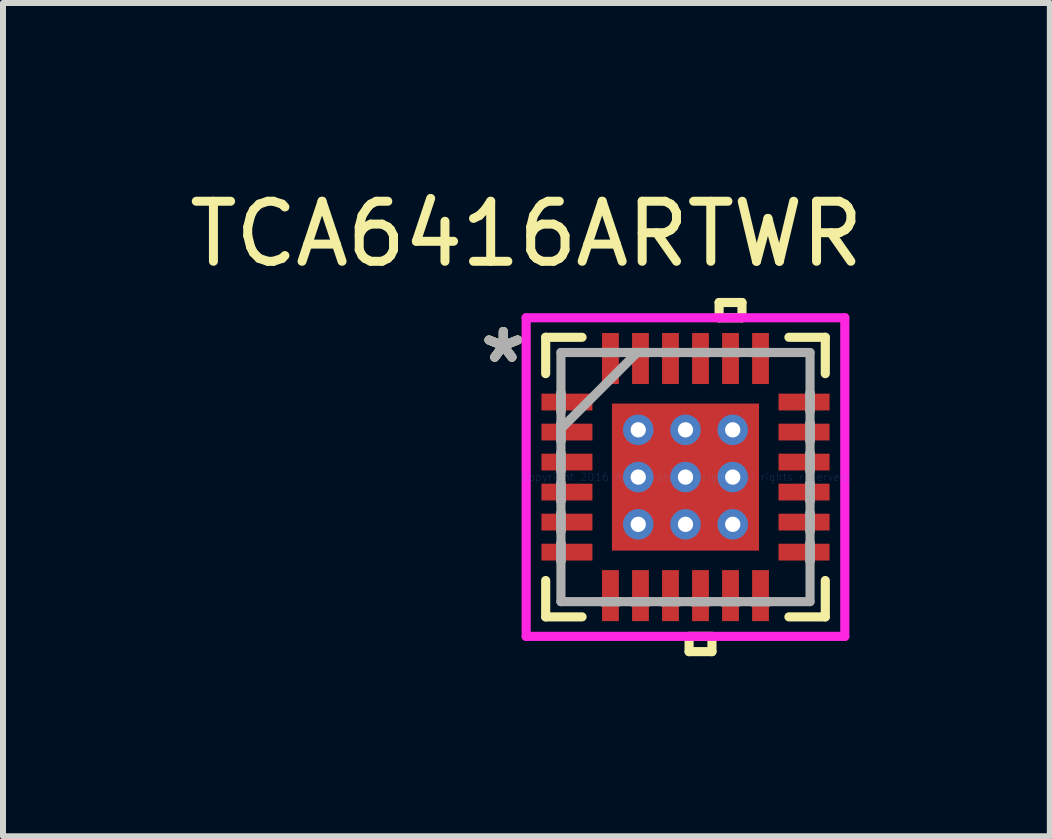
<source format=kicad_pcb>
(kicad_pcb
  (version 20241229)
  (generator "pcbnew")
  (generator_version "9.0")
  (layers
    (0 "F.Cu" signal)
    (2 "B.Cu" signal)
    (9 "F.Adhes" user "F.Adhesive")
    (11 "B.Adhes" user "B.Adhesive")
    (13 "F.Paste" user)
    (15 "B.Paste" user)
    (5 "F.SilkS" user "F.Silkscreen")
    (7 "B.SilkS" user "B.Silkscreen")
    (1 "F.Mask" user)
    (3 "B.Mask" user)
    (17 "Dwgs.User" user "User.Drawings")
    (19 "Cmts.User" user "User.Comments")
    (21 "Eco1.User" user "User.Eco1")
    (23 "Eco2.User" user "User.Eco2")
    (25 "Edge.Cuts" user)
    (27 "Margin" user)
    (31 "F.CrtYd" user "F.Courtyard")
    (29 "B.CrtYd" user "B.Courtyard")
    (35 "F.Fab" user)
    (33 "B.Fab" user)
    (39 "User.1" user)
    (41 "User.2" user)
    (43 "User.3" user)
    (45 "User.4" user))
  (footprint "TCA6416ARTWR"
    (layer "F.Cu")
    (at 8.37 4.898)
    (property "Reference" "TCA6416ARTWR" (at -2.65 -4.05 0) (layer "F.SilkS") (effects (font (size 1 1) (thickness 0.15))))
    (attr through_hole)
    (fp_line (start -2.47 -1.46) (end -2.47 -1.04) (stroke (width 0.152) (type solid)) (layer "F.Mask"))
    (fp_line (start -2.47 -1.04) (end -1.48 -1.04) (stroke (width 0.152) (type solid)) (layer "F.Mask"))
    (fp_line (start -2.47 -0.96) (end -2.47 -0.54) (stroke (width 0.152) (type solid)) (layer "F.Mask"))
    (fp_line (start -2.47 -0.54) (end -1.48 -0.54) (stroke (width 0.152) (type solid)) (layer "F.Mask"))
    (fp_line (start -2.47 -0.46) (end -2.47 -0.04) (stroke (width 0.152) (type solid)) (layer "F.Mask"))
    (fp_line (start -2.47 -0.04) (end -1.48 -0.04) (stroke (width 0.152) (type solid)) (layer "F.Mask"))
    (fp_line (start -2.47 0.04) (end -2.47 0.46) (stroke (width 0.152) (type solid)) (layer "F.Mask"))
    (fp_line (start -2.47 0.46) (end -1.48 0.46) (stroke (width 0.152) (type solid)) (layer "F.Mask"))
    (fp_line (start -2.47 0.54) (end -2.47 0.96) (stroke (width 0.152) (type solid)) (layer "F.Mask"))
    (fp_line (start -2.47 0.96) (end -1.48 0.96) (stroke (width 0.152) (type solid)) (layer "F.Mask"))
    (fp_line (start -2.47 1.04) (end -2.47 1.46) (stroke (width 0.152) (type solid)) (layer "F.Mask"))
    (fp_line (start -2.47 1.46) (end -1.48 1.46) (stroke (width 0.152) (type solid)) (layer "F.Mask"))
    (fp_line (start -1.48 -1.46) (end -2.47 -1.46) (stroke (width 0.152) (type solid)) (layer "F.Mask"))
    (fp_line (start -1.48 -1.04) (end -1.48 -1.46) (stroke (width 0.152) (type solid)) (layer "F.Mask"))
    (fp_line (start -1.48 -0.96) (end -2.47 -0.96) (stroke (width 0.152) (type solid)) (layer "F.Mask"))
    (fp_line (start -1.48 -0.54) (end -1.48 -0.96) (stroke (width 0.152) (type solid)) (layer "F.Mask"))
    (fp_line (start -1.48 -0.46) (end -2.47 -0.46) (stroke (width 0.152) (type solid)) (layer "F.Mask"))
    (fp_line (start -1.48 -0.04) (end -1.48 -0.46) (stroke (width 0.152) (type solid)) (layer "F.Mask"))
    (fp_line (start -1.48 0.04) (end -2.47 0.04) (stroke (width 0.152) (type solid)) (layer "F.Mask"))
    (fp_line (start -1.48 0.46) (end -1.48 0.04) (stroke (width 0.152) (type solid)) (layer "F.Mask"))
    (fp_line (start -1.48 0.54) (end -2.47 0.54) (stroke (width 0.152) (type solid)) (layer "F.Mask"))
    (fp_line (start -1.48 0.96) (end -1.48 0.54) (stroke (width 0.152) (type solid)) (layer "F.Mask"))
    (fp_line (start -1.48 1.04) (end -2.47 1.04) (stroke (width 0.152) (type solid)) (layer "F.Mask"))
    (fp_line (start -1.48 1.46) (end -1.48 1.04) (stroke (width 0.152) (type solid)) (layer "F.Mask"))
    (fp_line (start -1.46 -2.47) (end -1.46 -1.48) (stroke (width 0.152) (type solid)) (layer "F.Mask"))
    (fp_line (start -1.46 -1.48) (end -1.04 -1.48) (stroke (width 0.152) (type solid)) (layer "F.Mask"))
    (fp_line (start -1.46 1.48) (end -1.46 2.47) (stroke (width 0.152) (type solid)) (layer "F.Mask"))
    (fp_line (start -1.46 2.47) (end -1.04 2.47) (stroke (width 0.152) (type solid)) (layer "F.Mask"))
    (fp_line (start -1.288 -1.288) (end -0.987 -1.288) (stroke (width 0.152) (type solid)) (layer "F.Mask"))
    (fp_line (start -1.288 -1.288) (end 1.288 -1.288) (stroke (width 0.152) (type solid)) (layer "F.Mask"))
    (fp_line (start -1.288 -0.987) (end -1.288 -1.288) (stroke (width 0.152) (type solid)) (layer "F.Mask"))
    (fp_line (start -1.288 -0.587) (end 1.288 -0.587) (stroke (width 0.152) (type solid)) (layer "F.Mask"))
    (fp_line (start -1.288 -0.2) (end -1.288 -0.587) (stroke (width 0.152) (type solid)) (layer "F.Mask"))
    (fp_line (start -1.288 0.2) (end 1.288 0.2) (stroke (width 0.152) (type solid)) (layer "F.Mask"))
    (fp_line (start -1.288 0.587) (end -1.288 0.2) (stroke (width 0.152) (type solid)) (layer "F.Mask"))
    (fp_line (start -1.288 0.987) (end 1.288 0.987) (stroke (width 0.152) (type solid)) (layer "F.Mask"))
    (fp_line (start -1.288 1.288) (end -1.288 -1.288) (stroke (width 0.152) (type solid)) (layer "F.Mask"))
    (fp_line (start -1.288 1.288) (end -1.288 0.987) (stroke (width 0.152) (type solid)) (layer "F.Mask"))
    (fp_line (start -1.04 -2.47) (end -1.46 -2.47) (stroke (width 0.152) (type solid)) (layer "F.Mask"))
    (fp_line (start -1.04 -1.48) (end -1.04 -2.47) (stroke (width 0.152) (type solid)) (layer "F.Mask"))
    (fp_line (start -1.04 1.48) (end -1.46 1.48) (stroke (width 0.152) (type solid)) (layer "F.Mask"))
    (fp_line (start -1.04 2.47) (end -1.04 1.48) (stroke (width 0.152) (type solid)) (layer "F.Mask"))
    (fp_line (start -0.987 -1.288) (end -0.987 1.288) (stroke (width 0.152) (type solid)) (layer "F.Mask"))
    (fp_line (start -0.987 1.288) (end -1.288 1.288) (stroke (width 0.152) (type solid)) (layer "F.Mask"))
    (fp_line (start -0.96 -2.47) (end -0.96 -1.48) (stroke (width 0.152) (type solid)) (layer "F.Mask"))
    (fp_line (start -0.96 -1.48) (end -0.54 -1.48) (stroke (width 0.152) (type solid)) (layer "F.Mask"))
    (fp_line (start -0.96 1.48) (end -0.96 2.47) (stroke (width 0.152) (type solid)) (layer "F.Mask"))
    (fp_line (start -0.96 2.47) (end -0.54 2.47) (stroke (width 0.152) (type solid)) (layer "F.Mask"))
    (fp_line (start -0.587 -1.288) (end -0.587 1.288) (stroke (width 0.152) (type solid)) (layer "F.Mask"))
    (fp_line (start -0.587 1.288) (end -0.2 1.288) (stroke (width 0.152) (type solid)) (layer "F.Mask"))
    (fp_line (start -0.54 -2.47) (end -0.96 -2.47) (stroke (width 0.152) (type solid)) (layer "F.Mask"))
    (fp_line (start -0.54 -1.48) (end -0.54 -2.47) (stroke (width 0.152) (type solid)) (layer "F.Mask"))
    (fp_line (start -0.54 1.48) (end -0.96 1.48) (stroke (width 0.152) (type solid)) (layer "F.Mask"))
    (fp_line (start -0.54 2.47) (end -0.54 1.48) (stroke (width 0.152) (type solid)) (layer "F.Mask"))
    (fp_line (start -0.46 -2.47) (end -0.46 -1.48) (stroke (width 0.152) (type solid)) (layer "F.Mask"))
    (fp_line (start -0.46 -1.48) (end -0.04 -1.48) (stroke (width 0.152) (type solid)) (layer "F.Mask"))
    (fp_line (start -0.46 1.48) (end -0.46 2.47) (stroke (width 0.152) (type solid)) (layer "F.Mask"))
    (fp_line (start -0.46 2.47) (end -0.04 2.47) (stroke (width 0.152) (type solid)) (layer "F.Mask"))
    (fp_line (start -0.2 -1.288) (end -0.587 -1.288) (stroke (width 0.152) (type solid)) (layer "F.Mask"))
    (fp_line (start -0.2 1.288) (end -0.2 -1.288) (stroke (width 0.152) (type solid)) (layer "F.Mask"))
    (fp_line (start -0.04 -2.47) (end -0.46 -2.47) (stroke (width 0.152) (type solid)) (layer "F.Mask"))
    (fp_line (start -0.04 -1.48) (end -0.04 -2.47) (stroke (width 0.152) (type solid)) (layer "F.Mask"))
    (fp_line (start -0.04 1.48) (end -0.46 1.48) (stroke (width 0.152) (type solid)) (layer "F.Mask"))
    (fp_line (start -0.04 2.47) (end -0.04 1.48) (stroke (width 0.152) (type solid)) (layer "F.Mask"))
    (fp_line (start 0.04 -2.47) (end 0.04 -1.48) (stroke (width 0.152) (type solid)) (layer "F.Mask"))
    (fp_line (start 0.04 -1.48) (end 0.46 -1.48) (stroke (width 0.152) (type solid)) (layer "F.Mask"))
    (fp_line (start 0.04 1.48) (end 0.04 2.47) (stroke (width 0.152) (type solid)) (layer "F.Mask"))
    (fp_line (start 0.04 2.47) (end 0.46 2.47) (stroke (width 0.152) (type solid)) (layer "F.Mask"))
    (fp_line (start 0.2 -1.288) (end 0.2 1.288) (stroke (width 0.152) (type solid)) (layer "F.Mask"))
    (fp_line (start 0.2 1.288) (end 0.587 1.288) (stroke (width 0.152) (type solid)) (layer "F.Mask"))
    (fp_line (start 0.46 -2.47) (end 0.04 -2.47) (stroke (width 0.152) (type solid)) (layer "F.Mask"))
    (fp_line (start 0.46 -1.48) (end 0.46 -2.47) (stroke (width 0.152) (type solid)) (layer "F.Mask"))
    (fp_line (start 0.46 1.48) (end 0.04 1.48) (stroke (width 0.152) (type solid)) (layer "F.Mask"))
    (fp_line (start 0.46 2.47) (end 0.46 1.48) (stroke (width 0.152) (type solid)) (layer "F.Mask"))
    (fp_line (start 0.54 -2.47) (end 0.54 -1.48) (stroke (width 0.152) (type solid)) (layer "F.Mask"))
    (fp_line (start 0.54 -1.48) (end 0.96 -1.48) (stroke (width 0.152) (type solid)) (layer "F.Mask"))
    (fp_line (start 0.54 1.48) (end 0.54 2.47) (stroke (width 0.152) (type solid)) (layer "F.Mask"))
    (fp_line (start 0.54 2.47) (end 0.96 2.47) (stroke (width 0.152) (type solid)) (layer "F.Mask"))
    (fp_line (start 0.587 -1.288) (end 0.2 -1.288) (stroke (width 0.152) (type solid)) (layer "F.Mask"))
    (fp_line (start 0.587 1.288) (end 0.587 -1.288) (stroke (width 0.152) (type solid)) (layer "F.Mask"))
    (fp_line (start 0.96 -2.47) (end 0.54 -2.47) (stroke (width 0.152) (type solid)) (layer "F.Mask"))
    (fp_line (start 0.96 -1.48) (end 0.96 -2.47) (stroke (width 0.152) (type solid)) (layer "F.Mask"))
    (fp_line (start 0.96 1.48) (end 0.54 1.48) (stroke (width 0.152) (type solid)) (layer "F.Mask"))
    (fp_line (start 0.96 2.47) (end 0.96 1.48) (stroke (width 0.152) (type solid)) (layer "F.Mask"))
    (fp_line (start 0.987 -1.288) (end 1.288 -1.288) (stroke (width 0.152) (type solid)) (layer "F.Mask"))
    (fp_line (start 0.987 1.288) (end 0.987 -1.288) (stroke (width 0.152) (type solid)) (layer "F.Mask"))
    (fp_line (start 1.04 -2.47) (end 1.04 -1.48) (stroke (width 0.152) (type solid)) (layer "F.Mask"))
    (fp_line (start 1.04 -1.48) (end 1.46 -1.48) (stroke (width 0.152) (type solid)) (layer "F.Mask"))
    (fp_line (start 1.04 1.48) (end 1.04 2.47) (stroke (width 0.152) (type solid)) (layer "F.Mask"))
    (fp_line (start 1.04 2.47) (end 1.46 2.47) (stroke (width 0.152) (type solid)) (layer "F.Mask"))
    (fp_line (start 1.288 -1.288) (end 1.288 -0.987) (stroke (width 0.152) (type solid)) (layer "F.Mask"))
    (fp_line (start 1.288 -1.288) (end 1.288 1.288) (stroke (width 0.152) (type solid)) (layer "F.Mask"))
    (fp_line (start 1.288 -0.987) (end -1.288 -0.987) (stroke (width 0.152) (type solid)) (layer "F.Mask"))
    (fp_line (start 1.288 -0.587) (end 1.288 -0.2) (stroke (width 0.152) (type solid)) (layer "F.Mask"))
    (fp_line (start 1.288 -0.2) (end -1.288 -0.2) (stroke (width 0.152) (type solid)) (layer "F.Mask"))
    (fp_line (start 1.288 0.2) (end 1.288 0.587) (stroke (width 0.152) (type solid)) (layer "F.Mask"))
    (fp_line (start 1.288 0.587) (end -1.288 0.587) (stroke (width 0.152) (type solid)) (layer "F.Mask"))
    (fp_line (start 1.288 0.987) (end 1.288 1.288) (stroke (width 0.152) (type solid)) (layer "F.Mask"))
    (fp_line (start 1.288 1.288) (end -1.288 1.288) (stroke (width 0.152) (type solid)) (layer "F.Mask"))
    (fp_line (start 1.288 1.288) (end 0.987 1.288) (stroke (width 0.152) (type solid)) (layer "F.Mask"))
    (fp_line (start 1.46 -2.47) (end 1.04 -2.47) (stroke (width 0.152) (type solid)) (layer "F.Mask"))
    (fp_line (start 1.46 -1.48) (end 1.46 -2.47) (stroke (width 0.152) (type solid)) (layer "F.Mask"))
    (fp_line (start 1.46 1.48) (end 1.04 1.48) (stroke (width 0.152) (type solid)) (layer "F.Mask"))
    (fp_line (start 1.46 2.47) (end 1.46 1.48) (stroke (width 0.152) (type solid)) (layer "F.Mask"))
    (fp_line (start 1.48 -1.46) (end 1.48 -1.04) (stroke (width 0.152) (type solid)) (layer "F.Mask"))
    (fp_line (start 1.48 -1.04) (end 2.47 -1.04) (stroke (width 0.152) (type solid)) (layer "F.Mask"))
    (fp_line (start 1.48 -0.96) (end 1.48 -0.54) (stroke (width 0.152) (type solid)) (layer "F.Mask"))
    (fp_line (start 1.48 -0.54) (end 2.47 -0.54) (stroke (width 0.152) (type solid)) (layer "F.Mask"))
    (fp_line (start 1.48 -0.46) (end 1.48 -0.04) (stroke (width 0.152) (type solid)) (layer "F.Mask"))
    (fp_line (start 1.48 -0.04) (end 2.47 -0.04) (stroke (width 0.152) (type solid)) (layer "F.Mask"))
    (fp_line (start 1.48 0.04) (end 1.48 0.46) (stroke (width 0.152) (type solid)) (layer "F.Mask"))
    (fp_line (start 1.48 0.46) (end 2.47 0.46) (stroke (width 0.152) (type solid)) (layer "F.Mask"))
    (fp_line (start 1.48 0.54) (end 1.48 0.96) (stroke (width 0.152) (type solid)) (layer "F.Mask"))
    (fp_line (start 1.48 0.96) (end 2.47 0.96) (stroke (width 0.152) (type solid)) (layer "F.Mask"))
    (fp_line (start 1.48 1.04) (end 1.48 1.46) (stroke (width 0.152) (type solid)) (layer "F.Mask"))
    (fp_line (start 1.48 1.46) (end 2.47 1.46) (stroke (width 0.152) (type solid)) (layer "F.Mask"))
    (fp_line (start 2.47 -1.46) (end 1.48 -1.46) (stroke (width 0.152) (type solid)) (layer "F.Mask"))
    (fp_line (start 2.47 -1.04) (end 2.47 -1.46) (stroke (width 0.152) (type solid)) (layer "F.Mask"))
    (fp_line (start 2.47 -0.96) (end 1.48 -0.96) (stroke (width 0.152) (type solid)) (layer "F.Mask"))
    (fp_line (start 2.47 -0.54) (end 2.47 -0.96) (stroke (width 0.152) (type solid)) (layer "F.Mask"))
    (fp_line (start 2.47 -0.46) (end 1.48 -0.46) (stroke (width 0.152) (type solid)) (layer "F.Mask"))
    (fp_line (start 2.47 -0.04) (end 2.47 -0.46) (stroke (width 0.152) (type solid)) (layer "F.Mask"))
    (fp_line (start 2.47 0.04) (end 1.48 0.04) (stroke (width 0.152) (type solid)) (layer "F.Mask"))
    (fp_line (start 2.47 0.46) (end 2.47 0.04) (stroke (width 0.152) (type solid)) (layer "F.Mask"))
    (fp_line (start 2.47 0.54) (end 1.48 0.54) (stroke (width 0.152) (type solid)) (layer "F.Mask"))
    (fp_line (start 2.47 0.96) (end 2.47 0.54) (stroke (width 0.152) (type solid)) (layer "F.Mask"))
    (fp_line (start 2.47 1.04) (end 1.48 1.04) (stroke (width 0.152) (type solid)) (layer "F.Mask"))
    (fp_line (start 2.47 1.46) (end 2.47 1.04) (stroke (width 0.152) (type solid)) (layer "F.Mask"))
    (fp_line (start -2.329 -2.329) (end -2.329 -1.723) (stroke (width 0.152) (type solid)) (layer "F.SilkS"))
    (fp_line (start -2.329 1.723) (end -2.329 2.329) (stroke (width 0.152) (type solid)) (layer "F.SilkS"))
    (fp_line (start -2.329 2.329) (end -1.723 2.329) (stroke (width 0.152) (type solid)) (layer "F.SilkS"))
    (fp_line (start -1.723 -2.329) (end -2.329 -2.329) (stroke (width 0.152) (type solid)) (layer "F.SilkS"))
    (fp_line (start 0.06 2.654) (end 0.06 2.908) (stroke (width 0.152) (type solid)) (layer "F.SilkS"))
    (fp_line (start 0.06 2.908) (end 0.441 2.908) (stroke (width 0.152) (type solid)) (layer "F.SilkS"))
    (fp_line (start 0.441 2.654) (end 0.06 2.654) (stroke (width 0.152) (type solid)) (layer "F.SilkS"))
    (fp_line (start 0.441 2.908) (end 0.441 2.654) (stroke (width 0.152) (type solid)) (layer "F.SilkS"))
    (fp_line (start 0.56 -2.908) (end 0.941 -2.908) (stroke (width 0.152) (type solid)) (layer "F.SilkS"))
    (fp_line (start 0.56 -2.654) (end 0.56 -2.908) (stroke (width 0.152) (type solid)) (layer "F.SilkS"))
    (fp_line (start 0.941 -2.908) (end 0.941 -2.654) (stroke (width 0.152) (type solid)) (layer "F.SilkS"))
    (fp_line (start 0.941 -2.654) (end 0.56 -2.654) (stroke (width 0.152) (type solid)) (layer "F.SilkS"))
    (fp_line (start 1.723 2.329) (end 2.329 2.329) (stroke (width 0.152) (type solid)) (layer "F.SilkS"))
    (fp_line (start 2.329 -2.329) (end 1.723 -2.329) (stroke (width 0.152) (type solid)) (layer "F.SilkS"))
    (fp_line (start 2.329 -1.723) (end 2.329 -2.329) (stroke (width 0.152) (type solid)) (layer "F.SilkS"))
    (fp_line (start 2.329 2.329) (end 2.329 1.723) (stroke (width 0.152) (type solid)) (layer "F.SilkS"))
    (fp_line (start -2.375 -1.365) (end -2.375 -1.135) (stroke (width 0.152) (type solid)) (layer "F.Paste"))
    (fp_line (start -2.375 -1.135) (end -1.575 -1.135) (stroke (width 0.152) (type solid)) (layer "F.Paste"))
    (fp_line (start -2.375 -0.865) (end -2.375 -0.635) (stroke (width 0.152) (type solid)) (layer "F.Paste"))
    (fp_line (start -2.375 -0.635) (end -1.575 -0.635) (stroke (width 0.152) (type solid)) (layer "F.Paste"))
    (fp_line (start -2.375 -0.365) (end -2.375 -0.135) (stroke (width 0.152) (type solid)) (layer "F.Paste"))
    (fp_line (start -2.375 -0.135) (end -1.575 -0.135) (stroke (width 0.152) (type solid)) (layer "F.Paste"))
    (fp_line (start -2.375 0.135) (end -2.375 0.365) (stroke (width 0.152) (type solid)) (layer "F.Paste"))
    (fp_line (start -2.375 0.365) (end -1.575 0.365) (stroke (width 0.152) (type solid)) (layer "F.Paste"))
    (fp_line (start -2.375 0.635) (end -2.375 0.865) (stroke (width 0.152) (type solid)) (layer "F.Paste"))
    (fp_line (start -2.375 0.865) (end -1.575 0.865) (stroke (width 0.152) (type solid)) (layer "F.Paste"))
    (fp_line (start -2.375 1.135) (end -2.375 1.365) (stroke (width 0.152) (type solid)) (layer "F.Paste"))
    (fp_line (start -2.375 1.365) (end -1.575 1.365) (stroke (width 0.152) (type solid)) (layer "F.Paste"))
    (fp_line (start -1.575 -1.365) (end -2.375 -1.365) (stroke (width 0.152) (type solid)) (layer "F.Paste"))
    (fp_line (start -1.575 -1.135) (end -1.575 -1.365) (stroke (width 0.152) (type solid)) (layer "F.Paste"))
    (fp_line (start -1.575 -0.865) (end -2.375 -0.865) (stroke (width 0.152) (type solid)) (layer "F.Paste"))
    (fp_line (start -1.575 -0.635) (end -1.575 -0.865) (stroke (width 0.152) (type solid)) (layer "F.Paste"))
    (fp_line (start -1.575 -0.365) (end -2.375 -0.365) (stroke (width 0.152) (type solid)) (layer "F.Paste"))
    (fp_line (start -1.575 -0.135) (end -1.575 -0.365) (stroke (width 0.152) (type solid)) (layer "F.Paste"))
    (fp_line (start -1.575 0.135) (end -2.375 0.135) (stroke (width 0.152) (type solid)) (layer "F.Paste"))
    (fp_line (start -1.575 0.365) (end -1.575 0.135) (stroke (width 0.152) (type solid)) (layer "F.Paste"))
    (fp_line (start -1.575 0.635) (end -2.375 0.635) (stroke (width 0.152) (type solid)) (layer "F.Paste"))
    (fp_line (start -1.575 0.865) (end -1.575 0.635) (stroke (width 0.152) (type solid)) (layer "F.Paste"))
    (fp_line (start -1.575 1.135) (end -2.375 1.135) (stroke (width 0.152) (type solid)) (layer "F.Paste"))
    (fp_line (start -1.575 1.365) (end -1.575 1.135) (stroke (width 0.152) (type solid)) (layer "F.Paste"))
    (fp_line (start -1.365 -2.375) (end -1.365 -1.575) (stroke (width 0.152) (type solid)) (layer "F.Paste"))
    (fp_line (start -1.365 -1.575) (end -1.135 -1.575) (stroke (width 0.152) (type solid)) (layer "F.Paste"))
    (fp_line (start -1.365 1.575) (end -1.365 2.375) (stroke (width 0.152) (type solid)) (layer "F.Paste"))
    (fp_line (start -1.365 2.375) (end -1.135 2.375) (stroke (width 0.152) (type solid)) (layer "F.Paste"))
    (fp_line (start -1.15 -1.15) (end -1.15 -0.887) (stroke (width 0.152) (type solid)) (layer "F.Paste"))
    (fp_line (start -1.15 -0.887) (end -1.029 -0.887) (stroke (width 0.152) (type solid)) (layer "F.Paste"))
    (fp_line (start -1.15 -0.687) (end -1.15 -0.1) (stroke (width 0.152) (type solid)) (layer "F.Paste"))
    (fp_line (start -1.15 -0.1) (end -1.029 -0.1) (stroke (width 0.152) (type solid)) (layer "F.Paste"))
    (fp_line (start -1.15 0.1) (end -1.15 0.687) (stroke (width 0.152) (type solid)) (layer "F.Paste"))
    (fp_line (start -1.15 0.687) (end -1.029 0.687) (stroke (width 0.152) (type solid)) (layer "F.Paste"))
    (fp_line (start -1.15 0.887) (end -1.15 1.15) (stroke (width 0.152) (type solid)) (layer "F.Paste"))
    (fp_line (start -1.15 1.15) (end -0.887 1.15) (stroke (width 0.152) (type solid)) (layer "F.Paste"))
    (fp_line (start -1.135 -2.375) (end -1.365 -2.375) (stroke (width 0.152) (type solid)) (layer "F.Paste"))
    (fp_line (start -1.135 -1.575) (end -1.135 -2.375) (stroke (width 0.152) (type solid)) (layer "F.Paste"))
    (fp_line (start -1.135 1.575) (end -1.365 1.575) (stroke (width 0.152) (type solid)) (layer "F.Paste"))
    (fp_line (start -1.135 2.375) (end -1.135 1.575) (stroke (width 0.152) (type solid)) (layer "F.Paste"))
    (fp_line (start -1.029 -0.887) (end -1.029 -0.887) (stroke (width 0.152) (type solid)) (layer "F.Paste"))
    (fp_line (start -1.029 -0.887) (end -0.887 -1.029) (stroke (width 0.152) (type solid)) (layer "F.Paste"))
    (fp_line (start -1.029 -0.687) (end -1.15 -0.687) (stroke (width 0.152) (type solid)) (layer "F.Paste"))
    (fp_line (start -1.029 -0.687) (end -1.029 -0.687) (stroke (width 0.152) (type solid)) (layer "F.Paste"))
    (fp_line (start -1.029 -0.1) (end -1.029 -0.1) (stroke (width 0.152) (type solid)) (layer "F.Paste"))
    (fp_line (start -1.029 -0.1) (end -0.887 -0.241) (stroke (width 0.152) (type solid)) (layer "F.Paste"))
    (fp_line (start -1.029 0.1) (end -1.15 0.1) (stroke (width 0.152) (type solid)) (layer "F.Paste"))
    (fp_line (start -1.029 0.1) (end -1.029 0.1) (stroke (width 0.152) (type solid)) (layer "F.Paste"))
    (fp_line (start -1.029 0.687) (end -1.029 0.687) (stroke (width 0.152) (type solid)) (layer "F.Paste"))
    (fp_line (start -1.029 0.687) (end -0.887 0.546) (stroke (width 0.152) (type solid)) (layer "F.Paste"))
    (fp_line (start -1.029 0.887) (end -1.15 0.887) (stroke (width 0.152) (type solid)) (layer "F.Paste"))
    (fp_line (start -1.029 0.887) (end -1.029 0.887) (stroke (width 0.152) (type solid)) (layer "F.Paste"))
    (fp_line (start -0.887 -1.15) (end -1.15 -1.15) (stroke (width 0.152) (type solid)) (layer "F.Paste"))
    (fp_line (start -0.887 -1.029) (end -0.887 -1.15) (stroke (width 0.152) (type solid)) (layer "F.Paste"))
    (fp_line (start -0.887 -1.029) (end -0.887 -1.029) (stroke (width 0.152) (type solid)) (layer "F.Paste"))
    (fp_line (start -0.887 -0.546) (end -1.029 -0.687) (stroke (width 0.152) (type solid)) (layer "F.Paste"))
    (fp_line (start -0.887 -0.546) (end -0.887 -0.546) (stroke (width 0.152) (type solid)) (layer "F.Paste"))
    (fp_line (start -0.887 -0.241) (end -0.887 -0.546) (stroke (width 0.152) (type solid)) (layer "F.Paste"))
    (fp_line (start -0.887 -0.241) (end -0.887 -0.241) (stroke (width 0.152) (type solid)) (layer "F.Paste"))
    (fp_line (start -0.887 0.241) (end -1.029 0.1) (stroke (width 0.152) (type solid)) (layer "F.Paste"))
    (fp_line (start -0.887 0.241) (end -0.887 0.241) (stroke (width 0.152) (type solid)) (layer "F.Paste"))
    (fp_line (start -0.887 0.546) (end -0.887 0.241) (stroke (width 0.152) (type solid)) (layer "F.Paste"))
    (fp_line (start -0.887 0.546) (end -0.887 0.546) (stroke (width 0.152) (type solid)) (layer "F.Paste"))
    (fp_line (start -0.887 1.029) (end -1.029 0.887) (stroke (width 0.152) (type solid)) (layer "F.Paste"))
    (fp_line (start -0.887 1.029) (end -0.887 1.029) (stroke (width 0.152) (type solid)) (layer "F.Paste"))
    (fp_line (start -0.887 1.15) (end -0.887 1.029) (stroke (width 0.152) (type solid)) (layer "F.Paste"))
    (fp_line (start -0.865 -2.375) (end -0.865 -1.575) (stroke (width 0.152) (type solid)) (layer "F.Paste"))
    (fp_line (start -0.865 -1.575) (end -0.635 -1.575) (stroke (width 0.152) (type solid)) (layer "F.Paste"))
    (fp_line (start -0.865 1.575) (end -0.865 2.375) (stroke (width 0.152) (type solid)) (layer "F.Paste"))
    (fp_line (start -0.865 2.375) (end -0.635 2.375) (stroke (width 0.152) (type solid)) (layer "F.Paste"))
    (fp_line (start -0.687 -1.15) (end -0.687 -1.029) (stroke (width 0.152) (type solid)) (layer "F.Paste"))
    (fp_line (start -0.687 -1.029) (end -0.687 -1.029) (stroke (width 0.152) (type solid)) (layer "F.Paste"))
    (fp_line (start -0.687 -1.029) (end -0.546 -0.887) (stroke (width 0.152) (type solid)) (layer "F.Paste"))
    (fp_line (start -0.687 -0.546) (end -0.687 -0.546) (stroke (width 0.152) (type solid)) (layer "F.Paste"))
    (fp_line (start -0.687 -0.546) (end -0.687 -0.241) (stroke (width 0.152) (type solid)) (layer "F.Paste"))
    (fp_line (start -0.687 -0.241) (end -0.687 -0.241) (stroke (width 0.152) (type solid)) (layer "F.Paste"))
    (fp_line (start -0.687 -0.241) (end -0.546 -0.1) (stroke (width 0.152) (type solid)) (layer "F.Paste"))
    (fp_line (start -0.687 0.241) (end -0.687 0.241) (stroke (width 0.152) (type solid)) (layer "F.Paste"))
    (fp_line (start -0.687 0.241) (end -0.687 0.546) (stroke (width 0.152) (type solid)) (layer "F.Paste"))
    (fp_line (start -0.687 0.546) (end -0.687 0.546) (stroke (width 0.152) (type solid)) (layer "F.Paste"))
    (fp_line (start -0.687 0.546) (end -0.546 0.687) (stroke (width 0.152) (type solid)) (layer "F.Paste"))
    (fp_line (start -0.687 1.029) (end -0.687 1.029) (stroke (width 0.152) (type solid)) (layer "F.Paste"))
    (fp_line (start -0.687 1.029) (end -0.687 1.15) (stroke (width 0.152) (type solid)) (layer "F.Paste"))
    (fp_line (start -0.687 1.15) (end -0.1 1.15) (stroke (width 0.152) (type solid)) (layer "F.Paste"))
    (fp_line (start -0.635 -2.375) (end -0.865 -2.375) (stroke (width 0.152) (type solid)) (layer "F.Paste"))
    (fp_line (start -0.635 -1.575) (end -0.635 -2.375) (stroke (width 0.152) (type solid)) (layer "F.Paste"))
    (fp_line (start -0.635 1.575) (end -0.865 1.575) (stroke (width 0.152) (type solid)) (layer "F.Paste"))
    (fp_line (start -0.635 2.375) (end -0.635 1.575) (stroke (width 0.152) (type solid)) (layer "F.Paste"))
    (fp_line (start -0.546 -0.887) (end -0.546 -0.887) (stroke (width 0.152) (type solid)) (layer "F.Paste"))
    (fp_line (start -0.546 -0.887) (end -0.241 -0.887) (stroke (width 0.152) (type solid)) (layer "F.Paste"))
    (fp_line (start -0.546 -0.687) (end -0.687 -0.546) (stroke (width 0.152) (type solid)) (layer "F.Paste"))
    (fp_line (start -0.546 -0.687) (end -0.546 -0.687) (stroke (width 0.152) (type solid)) (layer "F.Paste"))
    (fp_line (start -0.546 -0.1) (end -0.546 -0.1) (stroke (width 0.152) (type solid)) (layer "F.Paste"))
    (fp_line (start -0.546 -0.1) (end -0.241 -0.1) (stroke (width 0.152) (type solid)) (layer "F.Paste"))
    (fp_line (start -0.546 0.1) (end -0.687 0.241) (stroke (width 0.152) (type solid)) (layer "F.Paste"))
    (fp_line (start -0.546 0.1) (end -0.546 0.1) (stroke (width 0.152) (type solid)) (layer "F.Paste"))
    (fp_line (start -0.546 0.687) (end -0.546 0.687) (stroke (width 0.152) (type solid)) (layer "F.Paste"))
    (fp_line (start -0.546 0.687) (end -0.241 0.687) (stroke (width 0.152) (type solid)) (layer "F.Paste"))
    (fp_line (start -0.546 0.887) (end -0.687 1.029) (stroke (width 0.152) (type solid)) (layer "F.Paste"))
    (fp_line (start -0.546 0.887) (end -0.546 0.887) (stroke (width 0.152) (type solid)) (layer "F.Paste"))
    (fp_line (start -0.365 -2.375) (end -0.365 -1.575) (stroke (width 0.152) (type solid)) (layer "F.Paste"))
    (fp_line (start -0.365 -1.575) (end -0.135 -1.575) (stroke (width 0.152) (type solid)) (layer "F.Paste"))
    (fp_line (start -0.365 1.575) (end -0.365 2.375) (stroke (width 0.152) (type solid)) (layer "F.Paste"))
    (fp_line (start -0.365 2.375) (end -0.135 2.375) (stroke (width 0.152) (type solid)) (layer "F.Paste"))
    (fp_line (start -0.241 -0.887) (end -0.241 -0.887) (stroke (width 0.152) (type solid)) (layer "F.Paste"))
    (fp_line (start -0.241 -0.887) (end -0.1 -1.029) (stroke (width 0.152) (type solid)) (layer "F.Paste"))
    (fp_line (start -0.241 -0.687) (end -0.546 -0.687) (stroke (width 0.152) (type solid)) (layer "F.Paste"))
    (fp_line (start -0.241 -0.687) (end -0.241 -0.687) (stroke (width 0.152) (type solid)) (layer "F.Paste"))
    (fp_line (start -0.241 -0.1) (end -0.241 -0.1) (stroke (width 0.152) (type solid)) (layer "F.Paste"))
    (fp_line (start -0.241 -0.1) (end -0.1 -0.241) (stroke (width 0.152) (type solid)) (layer "F.Paste"))
    (fp_line (start -0.241 0.1) (end -0.546 0.1) (stroke (width 0.152) (type solid)) (layer "F.Paste"))
    (fp_line (start -0.241 0.1) (end -0.241 0.1) (stroke (width 0.152) (type solid)) (layer "F.Paste"))
    (fp_line (start -0.241 0.687) (end -0.241 0.687) (stroke (width 0.152) (type solid)) (layer "F.Paste"))
    (fp_line (start -0.241 0.687) (end -0.1 0.546) (stroke (width 0.152) (type solid)) (layer "F.Paste"))
    (fp_line (start -0.241 0.887) (end -0.546 0.887) (stroke (width 0.152) (type solid)) (layer "F.Paste"))
    (fp_line (start -0.241 0.887) (end -0.241 0.887) (stroke (width 0.152) (type solid)) (layer "F.Paste"))
    (fp_line (start -0.135 -2.375) (end -0.365 -2.375) (stroke (width 0.152) (type solid)) (layer "F.Paste"))
    (fp_line (start -0.135 -1.575) (end -0.135 -2.375) (stroke (width 0.152) (type solid)) (layer "F.Paste"))
    (fp_line (start -0.135 1.575) (end -0.365 1.575) (stroke (width 0.152) (type solid)) (layer "F.Paste"))
    (fp_line (start -0.135 2.375) (end -0.135 1.575) (stroke (width 0.152) (type solid)) (layer "F.Paste"))
    (fp_line (start -0.1 -1.15) (end -0.687 -1.15) (stroke (width 0.152) (type solid)) (layer "F.Paste"))
    (fp_line (start -0.1 -1.029) (end -0.1 -1.15) (stroke (width 0.152) (type solid)) (layer "F.Paste"))
    (fp_line (start -0.1 -1.029) (end -0.1 -1.029) (stroke (width 0.152) (type solid)) (layer "F.Paste"))
    (fp_line (start -0.1 -0.546) (end -0.241 -0.687) (stroke (width 0.152) (type solid)) (layer "F.Paste"))
    (fp_line (start -0.1 -0.546) (end -0.1 -0.546) (stroke (width 0.152) (type solid)) (layer "F.Paste"))
    (fp_line (start -0.1 -0.241) (end -0.1 -0.546) (stroke (width 0.152) (type solid)) (layer "F.Paste"))
    (fp_line (start -0.1 -0.241) (end -0.1 -0.241) (stroke (width 0.152) (type solid)) (layer "F.Paste"))
    (fp_line (start -0.1 0.241) (end -0.241 0.1) (stroke (width 0.152) (type solid)) (layer "F.Paste"))
    (fp_line (start -0.1 0.241) (end -0.1 0.241) (stroke (width 0.152) (type solid)) (layer "F.Paste"))
    (fp_line (start -0.1 0.546) (end -0.1 0.241) (stroke (width 0.152) (type solid)) (layer "F.Paste"))
    (fp_line (start -0.1 0.546) (end -0.1 0.546) (stroke (width 0.152) (type solid)) (layer "F.Paste"))
    (fp_line (start -0.1 1.029) (end -0.241 0.887) (stroke (width 0.152) (type solid)) (layer "F.Paste"))
    (fp_line (start -0.1 1.029) (end -0.1 1.029) (stroke (width 0.152) (type solid)) (layer "F.Paste"))
    (fp_line (start -0.1 1.15) (end -0.1 1.029) (stroke (width 0.152) (type solid)) (layer "F.Paste"))
    (fp_line (start 0.1 -1.15) (end 0.1 -1.029) (stroke (width 0.152) (type solid)) (layer "F.Paste"))
    (fp_line (start 0.1 -1.029) (end 0.1 -1.029) (stroke (width 0.152) (type solid)) (layer "F.Paste"))
    (fp_line (start 0.1 -1.029) (end 0.241 -0.887) (stroke (width 0.152) (type solid)) (layer "F.Paste"))
    (fp_line (start 0.1 -0.546) (end 0.1 -0.546) (stroke (width 0.152) (type solid)) (layer "F.Paste"))
    (fp_line (start 0.1 -0.546) (end 0.1 -0.241) (stroke (width 0.152) (type solid)) (layer "F.Paste"))
    (fp_line (start 0.1 -0.241) (end 0.1 -0.241) (stroke (width 0.152) (type solid)) (layer "F.Paste"))
    (fp_line (start 0.1 -0.241) (end 0.241 -0.1) (stroke (width 0.152) (type solid)) (layer "F.Paste"))
    (fp_line (start 0.1 0.241) (end 0.1 0.241) (stroke (width 0.152) (type solid)) (layer "F.Paste"))
    (fp_line (start 0.1 0.241) (end 0.1 0.546) (stroke (width 0.152) (type solid)) (layer "F.Paste"))
    (fp_line (start 0.1 0.546) (end 0.1 0.546) (stroke (width 0.152) (type solid)) (layer "F.Paste"))
    (fp_line (start 0.1 0.546) (end 0.241 0.687) (stroke (width 0.152) (type solid)) (layer "F.Paste"))
    (fp_line (start 0.1 1.029) (end 0.1 1.029) (stroke (width 0.152) (type solid)) (layer "F.Paste"))
    (fp_line (start 0.1 1.029) (end 0.1 1.15) (stroke (width 0.152) (type solid)) (layer "F.Paste"))
    (fp_line (start 0.1 1.15) (end 0.687 1.15) (stroke (width 0.152) (type solid)) (layer "F.Paste"))
    (fp_line (start 0.135 -2.375) (end 0.135 -1.575) (stroke (width 0.152) (type solid)) (layer "F.Paste"))
    (fp_line (start 0.135 -1.575) (end 0.365 -1.575) (stroke (width 0.152) (type solid)) (layer "F.Paste"))
    (fp_line (start 0.135 1.575) (end 0.135 2.375) (stroke (width 0.152) (type solid)) (layer "F.Paste"))
    (fp_line (start 0.135 2.375) (end 0.365 2.375) (stroke (width 0.152) (type solid)) (layer "F.Paste"))
    (fp_line (start 0.241 -0.887) (end 0.241 -0.887) (stroke (width 0.152) (type solid)) (layer "F.Paste"))
    (fp_line (start 0.241 -0.887) (end 0.546 -0.887) (stroke (width 0.152) (type solid)) (layer "F.Paste"))
    (fp_line (start 0.241 -0.687) (end 0.1 -0.546) (stroke (width 0.152) (type solid)) (layer "F.Paste"))
    (fp_line (start 0.241 -0.687) (end 0.241 -0.687) (stroke (width 0.152) (type solid)) (layer "F.Paste"))
    (fp_line (start 0.241 -0.1) (end 0.241 -0.1) (stroke (width 0.152) (type solid)) (layer "F.Paste"))
    (fp_line (start 0.241 -0.1) (end 0.546 -0.1) (stroke (width 0.152) (type solid)) (layer "F.Paste"))
    (fp_line (start 0.241 0.1) (end 0.1 0.241) (stroke (width 0.152) (type solid)) (layer "F.Paste"))
    (fp_line (start 0.241 0.1) (end 0.241 0.1) (stroke (width 0.152) (type solid)) (layer "F.Paste"))
    (fp_line (start 0.241 0.687) (end 0.241 0.687) (stroke (width 0.152) (type solid)) (layer "F.Paste"))
    (fp_line (start 0.241 0.687) (end 0.546 0.687) (stroke (width 0.152) (type solid)) (layer "F.Paste"))
    (fp_line (start 0.241 0.887) (end 0.1 1.029) (stroke (width 0.152) (type solid)) (layer "F.Paste"))
    (fp_line (start 0.241 0.887) (end 0.241 0.887) (stroke (width 0.152) (type solid)) (layer "F.Paste"))
    (fp_line (start 0.365 -2.375) (end 0.135 -2.375) (stroke (width 0.152) (type solid)) (layer "F.Paste"))
    (fp_line (start 0.365 -1.575) (end 0.365 -2.375) (stroke (width 0.152) (type solid)) (layer "F.Paste"))
    (fp_line (start 0.365 1.575) (end 0.135 1.575) (stroke (width 0.152) (type solid)) (layer "F.Paste"))
    (fp_line (start 0.365 2.375) (end 0.365 1.575) (stroke (width 0.152) (type solid)) (layer "F.Paste"))
    (fp_line (start 0.546 -0.887) (end 0.546 -0.887) (stroke (width 0.152) (type solid)) (layer "F.Paste"))
    (fp_line (start 0.546 -0.887) (end 0.687 -1.029) (stroke (width 0.152) (type solid)) (layer "F.Paste"))
    (fp_line (start 0.546 -0.687) (end 0.241 -0.687) (stroke (width 0.152) (type solid)) (layer "F.Paste"))
    (fp_line (start 0.546 -0.687) (end 0.546 -0.687) (stroke (width 0.152) (type solid)) (layer "F.Paste"))
    (fp_line (start 0.546 -0.1) (end 0.546 -0.1) (stroke (width 0.152) (type solid)) (layer "F.Paste"))
    (fp_line (start 0.546 -0.1) (end 0.687 -0.241) (stroke (width 0.152) (type solid)) (layer "F.Paste"))
    (fp_line (start 0.546 0.1) (end 0.241 0.1) (stroke (width 0.152) (type solid)) (layer "F.Paste"))
    (fp_line (start 0.546 0.1) (end 0.546 0.1) (stroke (width 0.152) (type solid)) (layer "F.Paste"))
    (fp_line (start 0.546 0.687) (end 0.546 0.687) (stroke (width 0.152) (type solid)) (layer "F.Paste"))
    (fp_line (start 0.546 0.687) (end 0.687 0.546) (stroke (width 0.152) (type solid)) (layer "F.Paste"))
    (fp_line (start 0.546 0.887) (end 0.241 0.887) (stroke (width 0.152) (type solid)) (layer "F.Paste"))
    (fp_line (start 0.546 0.887) (end 0.546 0.887) (stroke (width 0.152) (type solid)) (layer "F.Paste"))
    (fp_line (start 0.635 -2.375) (end 0.635 -1.575) (stroke (width 0.152) (type solid)) (layer "F.Paste"))
    (fp_line (start 0.635 -1.575) (end 0.865 -1.575) (stroke (width 0.152) (type solid)) (layer "F.Paste"))
    (fp_line (start 0.635 1.575) (end 0.635 2.375) (stroke (width 0.152) (type solid)) (layer "F.Paste"))
    (fp_line (start 0.635 2.375) (end 0.865 2.375) (stroke (width 0.152) (type solid)) (layer "F.Paste"))
    (fp_line (start 0.687 -1.15) (end 0.1 -1.15) (stroke (width 0.152) (type solid)) (layer "F.Paste"))
    (fp_line (start 0.687 -1.029) (end 0.687 -1.15) (stroke (width 0.152) (type solid)) (layer "F.Paste"))
    (fp_line (start 0.687 -1.029) (end 0.687 -1.029) (stroke (width 0.152) (type solid)) (layer "F.Paste"))
    (fp_line (start 0.687 -0.546) (end 0.546 -0.687) (stroke (width 0.152) (type solid)) (layer "F.Paste"))
    (fp_line (start 0.687 -0.546) (end 0.687 -0.546) (stroke (width 0.152) (type solid)) (layer "F.Paste"))
    (fp_line (start 0.687 -0.241) (end 0.687 -0.546) (stroke (width 0.152) (type solid)) (layer "F.Paste"))
    (fp_line (start 0.687 -0.241) (end 0.687 -0.241) (stroke (width 0.152) (type solid)) (layer "F.Paste"))
    (fp_line (start 0.687 0.241) (end 0.546 0.1) (stroke (width 0.152) (type solid)) (layer "F.Paste"))
    (fp_line (start 0.687 0.241) (end 0.687 0.241) (stroke (width 0.152) (type solid)) (layer "F.Paste"))
    (fp_line (start 0.687 0.546) (end 0.687 0.241) (stroke (width 0.152) (type solid)) (layer "F.Paste"))
    (fp_line (start 0.687 0.546) (end 0.687 0.546) (stroke (width 0.152) (type solid)) (layer "F.Paste"))
    (fp_line (start 0.687 1.029) (end 0.546 0.887) (stroke (width 0.152) (type solid)) (layer "F.Paste"))
    (fp_line (start 0.687 1.029) (end 0.687 1.029) (stroke (width 0.152) (type solid)) (layer "F.Paste"))
    (fp_line (start 0.687 1.15) (end 0.687 1.029) (stroke (width 0.152) (type solid)) (layer "F.Paste"))
    (fp_line (start 0.865 -2.375) (end 0.635 -2.375) (stroke (width 0.152) (type solid)) (layer "F.Paste"))
    (fp_line (start 0.865 -1.575) (end 0.865 -2.375) (stroke (width 0.152) (type solid)) (layer "F.Paste"))
    (fp_line (start 0.865 1.575) (end 0.635 1.575) (stroke (width 0.152) (type solid)) (layer "F.Paste"))
    (fp_line (start 0.865 2.375) (end 0.865 1.575) (stroke (width 0.152) (type solid)) (layer "F.Paste"))
    (fp_line (start 0.887 -1.15) (end 0.887 -1.029) (stroke (width 0.152) (type solid)) (layer "F.Paste"))
    (fp_line (start 0.887 -1.029) (end 0.887 -1.029) (stroke (width 0.152) (type solid)) (layer "F.Paste"))
    (fp_line (start 0.887 -1.029) (end 1.029 -0.887) (stroke (width 0.152) (type solid)) (layer "F.Paste"))
    (fp_line (start 0.887 -0.546) (end 0.887 -0.546) (stroke (width 0.152) (type solid)) (layer "F.Paste"))
    (fp_line (start 0.887 -0.546) (end 0.887 -0.241) (stroke (width 0.152) (type solid)) (layer "F.Paste"))
    (fp_line (start 0.887 -0.241) (end 0.887 -0.241) (stroke (width 0.152) (type solid)) (layer "F.Paste"))
    (fp_line (start 0.887 -0.241) (end 1.029 -0.1) (stroke (width 0.152) (type solid)) (layer "F.Paste"))
    (fp_line (start 0.887 0.241) (end 0.887 0.241) (stroke (width 0.152) (type solid)) (layer "F.Paste"))
    (fp_line (start 0.887 0.241) (end 0.887 0.546) (stroke (width 0.152) (type solid)) (layer "F.Paste"))
    (fp_line (start 0.887 0.546) (end 0.887 0.546) (stroke (width 0.152) (type solid)) (layer "F.Paste"))
    (fp_line (start 0.887 0.546) (end 1.029 0.687) (stroke (width 0.152) (type solid)) (layer "F.Paste"))
    (fp_line (start 0.887 1.029) (end 0.887 1.029) (stroke (width 0.152) (type solid)) (layer "F.Paste"))
    (fp_line (start 0.887 1.029) (end 0.887 1.15) (stroke (width 0.152) (type solid)) (layer "F.Paste"))
    (fp_line (start 0.887 1.15) (end 1.15 1.15) (stroke (width 0.152) (type solid)) (layer "F.Paste"))
    (fp_line (start 1.029 -0.887) (end 1.029 -0.887) (stroke (width 0.152) (type solid)) (layer "F.Paste"))
    (fp_line (start 1.029 -0.887) (end 1.15 -0.887) (stroke (width 0.152) (type solid)) (layer "F.Paste"))
    (fp_line (start 1.029 -0.687) (end 0.887 -0.546) (stroke (width 0.152) (type solid)) (layer "F.Paste"))
    (fp_line (start 1.029 -0.687) (end 1.029 -0.687) (stroke (width 0.152) (type solid)) (layer "F.Paste"))
    (fp_line (start 1.029 -0.1) (end 1.029 -0.1) (stroke (width 0.152) (type solid)) (layer "F.Paste"))
    (fp_line (start 1.029 -0.1) (end 1.15 -0.1) (stroke (width 0.152) (type solid)) (layer "F.Paste"))
    (fp_line (start 1.029 0.1) (end 0.887 0.241) (stroke (width 0.152) (type solid)) (layer "F.Paste"))
    (fp_line (start 1.029 0.1) (end 1.029 0.1) (stroke (width 0.152) (type solid)) (layer "F.Paste"))
    (fp_line (start 1.029 0.687) (end 1.029 0.687) (stroke (width 0.152) (type solid)) (layer "F.Paste"))
    (fp_line (start 1.029 0.687) (end 1.15 0.687) (stroke (width 0.152) (type solid)) (layer "F.Paste"))
    (fp_line (start 1.029 0.887) (end 0.887 1.029) (stroke (width 0.152) (type solid)) (layer "F.Paste"))
    (fp_line (start 1.029 0.887) (end 1.029 0.887) (stroke (width 0.152) (type solid)) (layer "F.Paste"))
    (fp_line (start 1.135 -2.375) (end 1.135 -1.575) (stroke (width 0.152) (type solid)) (layer "F.Paste"))
    (fp_line (start 1.135 -1.575) (end 1.365 -1.575) (stroke (width 0.152) (type solid)) (layer "F.Paste"))
    (fp_line (start 1.135 1.575) (end 1.135 2.375) (stroke (width 0.152) (type solid)) (layer "F.Paste"))
    (fp_line (start 1.135 2.375) (end 1.365 2.375) (stroke (width 0.152) (type solid)) (layer "F.Paste"))
    (fp_line (start 1.15 -1.15) (end 0.887 -1.15) (stroke (width 0.152) (type solid)) (layer "F.Paste"))
    (fp_line (start 1.15 -0.887) (end 1.15 -1.15) (stroke (width 0.152) (type solid)) (layer "F.Paste"))
    (fp_line (start 1.15 -0.687) (end 1.029 -0.687) (stroke (width 0.152) (type solid)) (layer "F.Paste"))
    (fp_line (start 1.15 -0.1) (end 1.15 -0.687) (stroke (width 0.152) (type solid)) (layer "F.Paste"))
    (fp_line (start 1.15 0.1) (end 1.029 0.1) (stroke (width 0.152) (type solid)) (layer "F.Paste"))
    (fp_line (start 1.15 0.687) (end 1.15 0.1) (stroke (width 0.152) (type solid)) (layer "F.Paste"))
    (fp_line (start 1.15 0.887) (end 1.029 0.887) (stroke (width 0.152) (type solid)) (layer "F.Paste"))
    (fp_line (start 1.15 1.15) (end 1.15 0.887) (stroke (width 0.152) (type solid)) (layer "F.Paste"))
    (fp_line (start 1.365 -2.375) (end 1.135 -2.375) (stroke (width 0.152) (type solid)) (layer "F.Paste"))
    (fp_line (start 1.365 -1.575) (end 1.365 -2.375) (stroke (width 0.152) (type solid)) (layer "F.Paste"))
    (fp_line (start 1.365 1.575) (end 1.135 1.575) (stroke (width 0.152) (type solid)) (layer "F.Paste"))
    (fp_line (start 1.365 2.375) (end 1.365 1.575) (stroke (width 0.152) (type solid)) (layer "F.Paste"))
    (fp_line (start 1.575 -1.365) (end 1.575 -1.135) (stroke (width 0.152) (type solid)) (layer "F.Paste"))
    (fp_line (start 1.575 -1.135) (end 2.375 -1.135) (stroke (width 0.152) (type solid)) (layer "F.Paste"))
    (fp_line (start 1.575 -0.865) (end 1.575 -0.635) (stroke (width 0.152) (type solid)) (layer "F.Paste"))
    (fp_line (start 1.575 -0.635) (end 2.375 -0.635) (stroke (width 0.152) (type solid)) (layer "F.Paste"))
    (fp_line (start 1.575 -0.365) (end 1.575 -0.135) (stroke (width 0.152) (type solid)) (layer "F.Paste"))
    (fp_line (start 1.575 -0.135) (end 2.375 -0.135) (stroke (width 0.152) (type solid)) (layer "F.Paste"))
    (fp_line (start 1.575 0.135) (end 1.575 0.365) (stroke (width 0.152) (type solid)) (layer "F.Paste"))
    (fp_line (start 1.575 0.365) (end 2.375 0.365) (stroke (width 0.152) (type solid)) (layer "F.Paste"))
    (fp_line (start 1.575 0.635) (end 1.575 0.865) (stroke (width 0.152) (type solid)) (layer "F.Paste"))
    (fp_line (start 1.575 0.865) (end 2.375 0.865) (stroke (width 0.152) (type solid)) (layer "F.Paste"))
    (fp_line (start 1.575 1.135) (end 1.575 1.365) (stroke (width 0.152) (type solid)) (layer "F.Paste"))
    (fp_line (start 1.575 1.365) (end 2.375 1.365) (stroke (width 0.152) (type solid)) (layer "F.Paste"))
    (fp_line (start 2.375 -1.365) (end 1.575 -1.365) (stroke (width 0.152) (type solid)) (layer "F.Paste"))
    (fp_line (start 2.375 -1.135) (end 2.375 -1.365) (stroke (width 0.152) (type solid)) (layer "F.Paste"))
    (fp_line (start 2.375 -0.865) (end 1.575 -0.865) (stroke (width 0.152) (type solid)) (layer "F.Paste"))
    (fp_line (start 2.375 -0.635) (end 2.375 -0.865) (stroke (width 0.152) (type solid)) (layer "F.Paste"))
    (fp_line (start 2.375 -0.365) (end 1.575 -0.365) (stroke (width 0.152) (type solid)) (layer "F.Paste"))
    (fp_line (start 2.375 -0.135) (end 2.375 -0.365) (stroke (width 0.152) (type solid)) (layer "F.Paste"))
    (fp_line (start 2.375 0.135) (end 1.575 0.135) (stroke (width 0.152) (type solid)) (layer "F.Paste"))
    (fp_line (start 2.375 0.365) (end 2.375 0.135) (stroke (width 0.152) (type solid)) (layer "F.Paste"))
    (fp_line (start 2.375 0.635) (end 1.575 0.635) (stroke (width 0.152) (type solid)) (layer "F.Paste"))
    (fp_line (start 2.375 0.865) (end 2.375 0.635) (stroke (width 0.152) (type solid)) (layer "F.Paste"))
    (fp_line (start 2.375 1.135) (end 1.575 1.135) (stroke (width 0.152) (type solid)) (layer "F.Paste"))
    (fp_line (start 2.375 1.365) (end 2.375 1.135) (stroke (width 0.152) (type solid)) (layer "F.Paste"))
    (fp_line (start -2.654 -2.654) (end 2.654 -2.654) (stroke (width 0.152) (type solid)) (layer "F.CrtYd"))
    (fp_line (start -2.654 2.654) (end -2.654 -2.654) (stroke (width 0.152) (type solid)) (layer "F.CrtYd"))
    (fp_line (start 2.654 -2.654) (end 2.654 2.654) (stroke (width 0.152) (type solid)) (layer "F.CrtYd"))
    (fp_line (start 2.654 2.654) (end -2.654 2.654) (stroke (width 0.152) (type solid)) (layer "F.CrtYd"))
    (fp_line (start -2.075 -2.075) (end -2.075 2.075) (stroke (width 0.152) (type solid)) (layer "F.Fab"))
    (fp_line (start -2.075 -1.4) (end -2.075 -1.4) (stroke (width 0.152) (type solid)) (layer "F.Fab"))
    (fp_line (start -2.075 -1.4) (end -2.075 -1.1) (stroke (width 0.152) (type solid)) (layer "F.Fab"))
    (fp_line (start -2.075 -1.1) (end -2.075 -1.4) (stroke (width 0.152) (type solid)) (layer "F.Fab"))
    (fp_line (start -2.075 -1.1) (end -2.075 -1.1) (stroke (width 0.152) (type solid)) (layer "F.Fab"))
    (fp_line (start -2.075 -0.9) (end -2.075 -0.9) (stroke (width 0.152) (type solid)) (layer "F.Fab"))
    (fp_line (start -2.075 -0.9) (end -2.075 -0.6) (stroke (width 0.152) (type solid)) (layer "F.Fab"))
    (fp_line (start -2.075 -0.805) (end -0.805 -2.075) (stroke (width 0.152) (type solid)) (layer "F.Fab"))
    (fp_line (start -2.075 -0.6) (end -2.075 -0.9) (stroke (width 0.152) (type solid)) (layer "F.Fab"))
    (fp_line (start -2.075 -0.6) (end -2.075 -0.6) (stroke (width 0.152) (type solid)) (layer "F.Fab"))
    (fp_line (start -2.075 -0.4) (end -2.075 -0.4) (stroke (width 0.152) (type solid)) (layer "F.Fab"))
    (fp_line (start -2.075 -0.4) (end -2.075 -0.1) (stroke (width 0.152) (type solid)) (layer "F.Fab"))
    (fp_line (start -2.075 -0.1) (end -2.075 -0.4) (stroke (width 0.152) (type solid)) (layer "F.Fab"))
    (fp_line (start -2.075 -0.1) (end -2.075 -0.1) (stroke (width 0.152) (type solid)) (layer "F.Fab"))
    (fp_line (start -2.075 0.1) (end -2.075 0.1) (stroke (width 0.152) (type solid)) (layer "F.Fab"))
    (fp_line (start -2.075 0.1) (end -2.075 0.4) (stroke (width 0.152) (type solid)) (layer "F.Fab"))
    (fp_line (start -2.075 0.4) (end -2.075 0.1) (stroke (width 0.152) (type solid)) (layer "F.Fab"))
    (fp_line (start -2.075 0.4) (end -2.075 0.4) (stroke (width 0.152) (type solid)) (layer "F.Fab"))
    (fp_line (start -2.075 0.6) (end -2.075 0.6) (stroke (width 0.152) (type solid)) (layer "F.Fab"))
    (fp_line (start -2.075 0.6) (end -2.075 0.9) (stroke (width 0.152) (type solid)) (layer "F.Fab"))
    (fp_line (start -2.075 0.9) (end -2.075 0.6) (stroke (width 0.152) (type solid)) (layer "F.Fab"))
    (fp_line (start -2.075 0.9) (end -2.075 0.9) (stroke (width 0.152) (type solid)) (layer "F.Fab"))
    (fp_line (start -2.075 1.1) (end -2.075 1.1) (stroke (width 0.152) (type solid)) (layer "F.Fab"))
    (fp_line (start -2.075 1.1) (end -2.075 1.4) (stroke (width 0.152) (type solid)) (layer "F.Fab"))
    (fp_line (start -2.075 1.4) (end -2.075 1.1) (stroke (width 0.152) (type solid)) (layer "F.Fab"))
    (fp_line (start -2.075 1.4) (end -2.075 1.4) (stroke (width 0.152) (type solid)) (layer "F.Fab"))
    (fp_line (start -2.075 2.075) (end 2.075 2.075) (stroke (width 0.152) (type solid)) (layer "F.Fab"))
    (fp_line (start -1.4 -2.075) (end -1.4 -2.075) (stroke (width 0.152) (type solid)) (layer "F.Fab"))
    (fp_line (start -1.4 -2.075) (end -1.1 -2.075) (stroke (width 0.152) (type solid)) (layer "F.Fab"))
    (fp_line (start -1.4 2.075) (end -1.4 2.075) (stroke (width 0.152) (type solid)) (layer "F.Fab"))
    (fp_line (start -1.4 2.075) (end -1.1 2.075) (stroke (width 0.152) (type solid)) (layer "F.Fab"))
    (fp_line (start -1.1 -2.075) (end -1.4 -2.075) (stroke (width 0.152) (type solid)) (layer "F.Fab"))
    (fp_line (start -1.1 -2.075) (end -1.1 -2.075) (stroke (width 0.152) (type solid)) (layer "F.Fab"))
    (fp_line (start -1.1 2.075) (end -1.4 2.075) (stroke (width 0.152) (type solid)) (layer "F.Fab"))
    (fp_line (start -1.1 2.075) (end -1.1 2.075) (stroke (width 0.152) (type solid)) (layer "F.Fab"))
    (fp_line (start -0.9 -2.075) (end -0.9 -2.075) (stroke (width 0.152) (type solid)) (layer "F.Fab"))
    (fp_line (start -0.9 -2.075) (end -0.6 -2.075) (stroke (width 0.152) (type solid)) (layer "F.Fab"))
    (fp_line (start -0.9 2.075) (end -0.9 2.075) (stroke (width 0.152) (type solid)) (layer "F.Fab"))
    (fp_line (start -0.9 2.075) (end -0.6 2.075) (stroke (width 0.152) (type solid)) (layer "F.Fab"))
    (fp_line (start -0.6 -2.075) (end -0.9 -2.075) (stroke (width 0.152) (type solid)) (layer "F.Fab"))
    (fp_line (start -0.6 -2.075) (end -0.6 -2.075) (stroke (width 0.152) (type solid)) (layer "F.Fab"))
    (fp_line (start -0.6 2.075) (end -0.9 2.075) (stroke (width 0.152) (type solid)) (layer "F.Fab"))
    (fp_line (start -0.6 2.075) (end -0.6 2.075) (stroke (width 0.152) (type solid)) (layer "F.Fab"))
    (fp_line (start -0.4 -2.075) (end -0.4 -2.075) (stroke (width 0.152) (type solid)) (layer "F.Fab"))
    (fp_line (start -0.4 -2.075) (end -0.1 -2.075) (stroke (width 0.152) (type solid)) (layer "F.Fab"))
    (fp_line (start -0.4 2.075) (end -0.4 2.075) (stroke (width 0.152) (type solid)) (layer "F.Fab"))
    (fp_line (start -0.4 2.075) (end -0.1 2.075) (stroke (width 0.152) (type solid)) (layer "F.Fab"))
    (fp_line (start -0.1 -2.075) (end -0.4 -2.075) (stroke (width 0.152) (type solid)) (layer "F.Fab"))
    (fp_line (start -0.1 -2.075) (end -0.1 -2.075) (stroke (width 0.152) (type solid)) (layer "F.Fab"))
    (fp_line (start -0.1 2.075) (end -0.4 2.075) (stroke (width 0.152) (type solid)) (layer "F.Fab"))
    (fp_line (start -0.1 2.075) (end -0.1 2.075) (stroke (width 0.152) (type solid)) (layer "F.Fab"))
    (fp_line (start 0.1 -2.075) (end 0.1 -2.075) (stroke (width 0.152) (type solid)) (layer "F.Fab"))
    (fp_line (start 0.1 -2.075) (end 0.4 -2.075) (stroke (width 0.152) (type solid)) (layer "F.Fab"))
    (fp_line (start 0.1 2.075) (end 0.1 2.075) (stroke (width 0.152) (type solid)) (layer "F.Fab"))
    (fp_line (start 0.1 2.075) (end 0.4 2.075) (stroke (width 0.152) (type solid)) (layer "F.Fab"))
    (fp_line (start 0.4 -2.075) (end 0.1 -2.075) (stroke (width 0.152) (type solid)) (layer "F.Fab"))
    (fp_line (start 0.4 -2.075) (end 0.4 -2.075) (stroke (width 0.152) (type solid)) (layer "F.Fab"))
    (fp_line (start 0.4 2.075) (end 0.1 2.075) (stroke (width 0.152) (type solid)) (layer "F.Fab"))
    (fp_line (start 0.4 2.075) (end 0.4 2.075) (stroke (width 0.152) (type solid)) (layer "F.Fab"))
    (fp_line (start 0.6 -2.075) (end 0.6 -2.075) (stroke (width 0.152) (type solid)) (layer "F.Fab"))
    (fp_line (start 0.6 -2.075) (end 0.9 -2.075) (stroke (width 0.152) (type solid)) (layer "F.Fab"))
    (fp_line (start 0.6 2.075) (end 0.6 2.075) (stroke (width 0.152) (type solid)) (layer "F.Fab"))
    (fp_line (start 0.6 2.075) (end 0.9 2.075) (stroke (width 0.152) (type solid)) (layer "F.Fab"))
    (fp_line (start 0.9 -2.075) (end 0.6 -2.075) (stroke (width 0.152) (type solid)) (layer "F.Fab"))
    (fp_line (start 0.9 -2.075) (end 0.9 -2.075) (stroke (width 0.152) (type solid)) (layer "F.Fab"))
    (fp_line (start 0.9 2.075) (end 0.6 2.075) (stroke (width 0.152) (type solid)) (layer "F.Fab"))
    (fp_line (start 0.9 2.075) (end 0.9 2.075) (stroke (width 0.152) (type solid)) (layer "F.Fab"))
    (fp_line (start 1.1 -2.075) (end 1.1 -2.075) (stroke (width 0.152) (type solid)) (layer "F.Fab"))
    (fp_line (start 1.1 -2.075) (end 1.4 -2.075) (stroke (width 0.152) (type solid)) (layer "F.Fab"))
    (fp_line (start 1.1 2.075) (end 1.1 2.075) (stroke (width 0.152) (type solid)) (layer "F.Fab"))
    (fp_line (start 1.1 2.075) (end 1.4 2.075) (stroke (width 0.152) (type solid)) (layer "F.Fab"))
    (fp_line (start 1.4 -2.075) (end 1.1 -2.075) (stroke (width 0.152) (type solid)) (layer "F.Fab"))
    (fp_line (start 1.4 -2.075) (end 1.4 -2.075) (stroke (width 0.152) (type solid)) (layer "F.Fab"))
    (fp_line (start 1.4 2.075) (end 1.1 2.075) (stroke (width 0.152) (type solid)) (layer "F.Fab"))
    (fp_line (start 1.4 2.075) (end 1.4 2.075) (stroke (width 0.152) (type solid)) (layer "F.Fab"))
    (fp_line (start 2.075 -2.075) (end -2.075 -2.075) (stroke (width 0.152) (type solid)) (layer "F.Fab"))
    (fp_line (start 2.075 -1.4) (end 2.075 -1.4) (stroke (width 0.152) (type solid)) (layer "F.Fab"))
    (fp_line (start 2.075 -1.4) (end 2.075 -1.1) (stroke (width 0.152) (type solid)) (layer "F.Fab"))
    (fp_line (start 2.075 -1.1) (end 2.075 -1.4) (stroke (width 0.152) (type solid)) (layer "F.Fab"))
    (fp_line (start 2.075 -1.1) (end 2.075 -1.1) (stroke (width 0.152) (type solid)) (layer "F.Fab"))
    (fp_line (start 2.075 -0.9) (end 2.075 -0.9) (stroke (width 0.152) (type solid)) (layer "F.Fab"))
    (fp_line (start 2.075 -0.9) (end 2.075 -0.6) (stroke (width 0.152) (type solid)) (layer "F.Fab"))
    (fp_line (start 2.075 -0.6) (end 2.075 -0.9) (stroke (width 0.152) (type solid)) (layer "F.Fab"))
    (fp_line (start 2.075 -0.6) (end 2.075 -0.6) (stroke (width 0.152) (type solid)) (layer "F.Fab"))
    (fp_line (start 2.075 -0.4) (end 2.075 -0.4) (stroke (width 0.152) (type solid)) (layer "F.Fab"))
    (fp_line (start 2.075 -0.4) (end 2.075 -0.1) (stroke (width 0.152) (type solid)) (layer "F.Fab"))
    (fp_line (start 2.075 -0.1) (end 2.075 -0.4) (stroke (width 0.152) (type solid)) (layer "F.Fab"))
    (fp_line (start 2.075 -0.1) (end 2.075 -0.1) (stroke (width 0.152) (type solid)) (layer "F.Fab"))
    (fp_line (start 2.075 0.1) (end 2.075 0.1) (stroke (width 0.152) (type solid)) (layer "F.Fab"))
    (fp_line (start 2.075 0.1) (end 2.075 0.4) (stroke (width 0.152) (type solid)) (layer "F.Fab"))
    (fp_line (start 2.075 0.4) (end 2.075 0.1) (stroke (width 0.152) (type solid)) (layer "F.Fab"))
    (fp_line (start 2.075 0.4) (end 2.075 0.4) (stroke (width 0.152) (type solid)) (layer "F.Fab"))
    (fp_line (start 2.075 0.6) (end 2.075 0.6) (stroke (width 0.152) (type solid)) (layer "F.Fab"))
    (fp_line (start 2.075 0.6) (end 2.075 0.9) (stroke (width 0.152) (type solid)) (layer "F.Fab"))
    (fp_line (start 2.075 0.9) (end 2.075 0.6) (stroke (width 0.152) (type solid)) (layer "F.Fab"))
    (fp_line (start 2.075 0.9) (end 2.075 0.9) (stroke (width 0.152) (type solid)) (layer "F.Fab"))
    (fp_line (start 2.075 1.1) (end 2.075 1.1) (stroke (width 0.152) (type solid)) (layer "F.Fab"))
    (fp_line (start 2.075 1.1) (end 2.075 1.4) (stroke (width 0.152) (type solid)) (layer "F.Fab"))
    (fp_line (start 2.075 1.4) (end 2.075 1.1) (stroke (width 0.152) (type solid)) (layer "F.Fab"))
    (fp_line (start 2.075 1.4) (end 2.075 1.4) (stroke (width 0.152) (type solid)) (layer "F.Fab"))
    (fp_line (start 2.075 2.075) (end 2.075 -2.075) (stroke (width 0.152) (type solid)) (layer "F.Fab"))
    (fp_text user "*" (at -3.035 -1.881 0) (layer "F.SilkS") (effects (font (size 1 1) (thickness 0.15))))
    (fp_text user "*" (at -3.035 -1.881 0) (layer "F.SilkS") (effects (font (size 1 1) (thickness 0.15))))
    (fp_text user "Copyright 2016 Accelerated Designs. All rights reserved." (at 0 0 0) (layer "Cmts.User") (effects (font (size 0.127 0.127) (thickness 0.002))))
    (fp_text user "*" (at -3.035 -1.881 0) (layer "F.Fab") (effects (font (size 1 1) (thickness 0.15))))
    (fp_text user "*" (at -3.035 -1.881 0) (layer "F.Fab") (effects (font (size 1 1) (thickness 0.15))))
    (pad "1" smd rect (at -1.975 -1.25 90) (size 0.28 0.85) (layers "F.Cu" "F.Mask" "F.Paste"))
    (pad "2" smd rect (at -1.975 -0.75 90) (size 0.28 0.85) (layers "F.Cu" "F.Mask" "F.Paste"))
    (pad "3" smd rect (at -1.975 -0.25 90) (size 0.28 0.85) (layers "F.Cu" "F.Mask" "F.Paste"))
    (pad "4" smd rect (at -1.975 0.25 90) (size 0.28 0.85) (layers "F.Cu" "F.Mask" "F.Paste"))
    (pad "5" smd rect (at -1.975 0.75 90) (size 0.28 0.85) (layers "F.Cu" "F.Mask" "F.Paste"))
    (pad "6" smd rect (at -1.975 1.25 90) (size 0.28 0.85) (layers "F.Cu" "F.Mask" "F.Paste"))
    (pad "7" smd rect (at -1.25 1.975) (size 0.28 0.85) (layers "F.Cu" "F.Mask" "F.Paste"))
    (pad "8" smd rect (at -0.75 1.975) (size 0.28 0.85) (layers "F.Cu" "F.Mask" "F.Paste"))
    (pad "9" smd rect (at -0.25 1.975) (size 0.28 0.85) (layers "F.Cu" "F.Mask" "F.Paste"))
    (pad "10" smd rect (at 0.25 1.975) (size 0.28 0.85) (layers "F.Cu" "F.Mask" "F.Paste"))
    (pad "11" smd rect (at 0.75 1.975) (size 0.28 0.85) (layers "F.Cu" "F.Mask" "F.Paste"))
    (pad "12" smd rect (at 1.25 1.975) (size 0.28 0.85) (layers "F.Cu" "F.Mask" "F.Paste"))
    (pad "13" smd rect (at 1.975 1.25 90) (size 0.28 0.85) (layers "F.Cu" "F.Mask" "F.Paste"))
    (pad "14" smd rect (at 1.975 0.75 90) (size 0.28 0.85) (layers "F.Cu" "F.Mask" "F.Paste"))
    (pad "15" smd rect (at 1.975 0.25 90) (size 0.28 0.85) (layers "F.Cu" "F.Mask" "F.Paste"))
    (pad "16" smd rect (at 1.975 -0.25 90) (size 0.28 0.85) (layers "F.Cu" "F.Mask" "F.Paste"))
    (pad "17" smd rect (at 1.975 -0.75 90) (size 0.28 0.85) (layers "F.Cu" "F.Mask" "F.Paste"))
    (pad "18" smd rect (at 1.975 -1.25 90) (size 0.28 0.85) (layers "F.Cu" "F.Mask" "F.Paste"))
    (pad "19" smd rect (at 1.25 -1.975) (size 0.28 0.85) (layers "F.Cu" "F.Mask" "F.Paste"))
    (pad "20" smd rect (at 0.75 -1.975) (size 0.28 0.85) (layers "F.Cu" "F.Mask" "F.Paste"))
    (pad "21" smd rect (at 0.25 -1.975) (size 0.28 0.85) (layers "F.Cu" "F.Mask" "F.Paste"))
    (pad "22" smd rect (at -0.25 -1.975) (size 0.28 0.85) (layers "F.Cu" "F.Mask" "F.Paste"))
    (pad "23" smd rect (at -0.75 -1.975) (size 0.28 0.85) (layers "F.Cu" "F.Mask" "F.Paste"))
    (pad "24" smd rect (at -1.25 -1.975) (size 0.28 0.85) (layers "F.Cu" "F.Mask" "F.Paste"))
    (pad "25" thru_hole circle (at -0.787 -0.787) (size 0.508 0.508) (drill 0.254) (layers "*.Cu" "*.Mask"))
    (pad "25" thru_hole circle (at -0.787 0) (size 0.508 0.508) (drill 0.254) (layers "*.Cu" "*.Mask"))
    (pad "25" thru_hole circle (at -0.787 0.787) (size 0.508 0.508) (drill 0.254) (layers "*.Cu" "*.Mask"))
    (pad "25" thru_hole circle (at 0 -0.787) (size 0.508 0.508) (drill 0.254) (layers "*.Cu" "*.Mask"))
    (pad "25" thru_hole circle (at 0 0) (size 0.508 0.508) (drill 0.254) (layers "*.Cu" "*.Mask"))
    (pad "25" smd rect (at 0 0) (size 2.45 2.45) (layers "F.Cu" "F.Mask" "F.Paste"))
    (pad "25" thru_hole circle (at 0 0.787) (size 0.508 0.508) (drill 0.254) (layers "*.Cu" "*.Mask"))
    (pad "25" thru_hole circle (at 0.787 -0.787) (size 0.508 0.508) (drill 0.254) (layers "*.Cu" "*.Mask"))
    (pad "25" thru_hole circle (at 0.787 0) (size 0.508 0.508) (drill 0.254) (layers "*.Cu" "*.Mask"))
    (pad "25" thru_hole circle (at 0.787 0.787) (size 0.508 0.508) (drill 0.254) (layers "*.Cu" "*.Mask")))
  (gr_rect
    (start -3 -3)
    (end 14.44 10.882)
    (stroke (width 0.1) (type default))
    (fill no)
    (layer "Edge.Cuts")))
</source>
